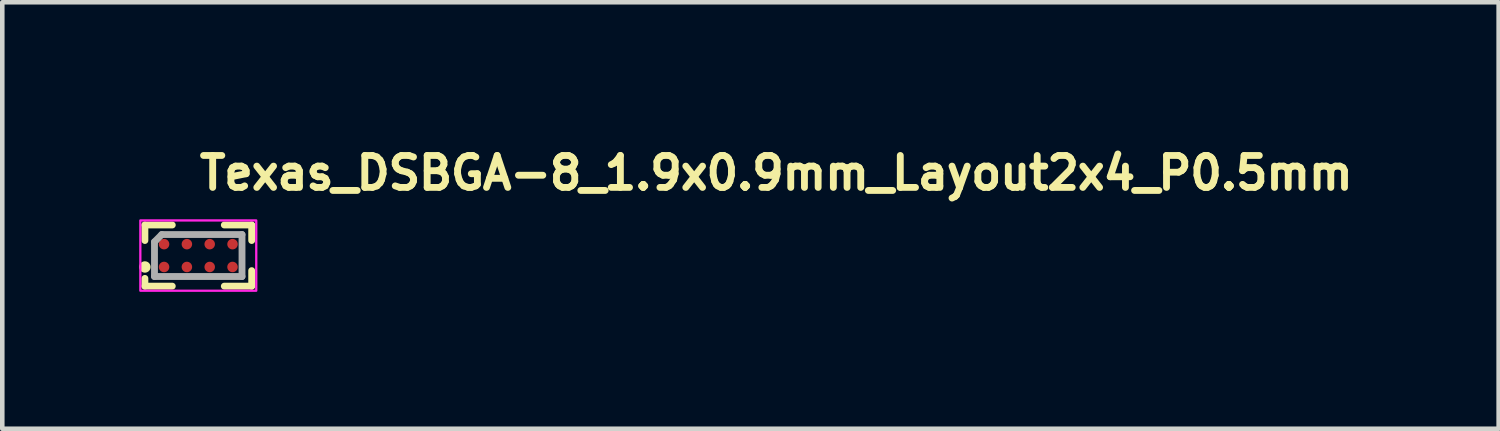
<source format=kicad_pcb>
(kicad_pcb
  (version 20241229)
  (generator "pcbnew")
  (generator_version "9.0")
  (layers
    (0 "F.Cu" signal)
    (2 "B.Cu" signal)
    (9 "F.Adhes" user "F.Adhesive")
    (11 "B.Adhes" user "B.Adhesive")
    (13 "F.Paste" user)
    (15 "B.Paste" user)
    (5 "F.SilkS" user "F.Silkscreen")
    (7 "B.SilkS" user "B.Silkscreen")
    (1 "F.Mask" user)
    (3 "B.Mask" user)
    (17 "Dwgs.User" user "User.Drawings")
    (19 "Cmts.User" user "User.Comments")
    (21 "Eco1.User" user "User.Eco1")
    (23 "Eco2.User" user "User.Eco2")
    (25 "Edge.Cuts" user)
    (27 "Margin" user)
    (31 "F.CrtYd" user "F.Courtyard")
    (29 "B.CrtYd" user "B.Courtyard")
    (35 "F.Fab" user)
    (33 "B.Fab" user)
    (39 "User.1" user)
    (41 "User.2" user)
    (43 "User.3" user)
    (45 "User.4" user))
  (footprint "Texas_DSBGA-8_1.9x0.9mm_Layout2x4_P0.5mm"
    (layer "F.Cu")
    (at 1.295 2.55)
    (property "Reference" "Texas_DSBGA-8_1.9x0.9mm_Layout2x4_P0.5mm" (at -0.05 -1.4 0) (layer "F.SilkS") (effects (font (size 0.7 0.7) (thickness 0.15)) (justify left bottom)))
    (attr smd)
    (fp_line (start -1.17 -0.67) (end -1.17 -0.33) (stroke (width 0.15) (type solid)) (layer "F.SilkS"))
    (fp_line (start -1.17 -0.67) (end -0.57 -0.67) (stroke (width 0.15) (type solid)) (layer "F.SilkS"))
    (fp_line (start -1.17 0.67) (end -1.17 0.5) (stroke (width 0.15) (type solid)) (layer "F.SilkS"))
    (fp_line (start -1.17 0.67) (end -0.57 0.67) (stroke (width 0.15) (type solid)) (layer "F.SilkS"))
    (fp_line (start 1.17 -0.67) (end 0.57 -0.67) (stroke (width 0.15) (type solid)) (layer "F.SilkS"))
    (fp_line (start 1.17 -0.67) (end 1.17 -0.33) (stroke (width 0.15) (type solid)) (layer "F.SilkS"))
    (fp_line (start 1.17 0.67) (end 0.57 0.67) (stroke (width 0.15) (type solid)) (layer "F.SilkS"))
    (fp_line (start 1.17 0.67) (end 1.17 0.33) (stroke (width 0.15) (type solid)) (layer "F.SilkS"))
    (fp_circle (center -1.17 0.25) (end -1.12 0.25) (stroke (width 0.15) (type solid)) (fill yes) (layer "F.SilkS"))
    (fp_rect (start -1.27 -0.77) (end 1.27 0.77) (stroke (width 0.05) (type solid)) (fill no) (layer "F.CrtYd"))
    (fp_line (start -0.96 0.459) (end -0.96 -0.3) (stroke (width 0.15) (type solid)) (layer "F.Fab"))
    (fp_line (start -0.8 -0.461) (end -0.96 -0.3) (stroke (width 0.15) (type solid)) (layer "F.Fab"))
    (fp_line (start 0.958 -0.461) (end -0.8 -0.461) (stroke (width 0.15) (type solid)) (layer "F.Fab"))
    (fp_line (start 0.958 0.459) (end -0.96 0.459) (stroke (width 0.15) (type solid)) (layer "F.Fab"))
    (fp_line (start 0.958 0.459) (end 0.958 -0.461) (stroke (width 0.15) (type solid)) (layer "F.Fab"))
    (fp_rect (start -0.945 -0.444) (end 0.943 0.442) (stroke (width 0.1) (type solid)) (fill no) (layer "User.5"))
    (fp_line (start -0.945 -0.444) (end -0.945 0.442) (stroke (width 0.02) (type solid)) (layer "User.9"))
    (fp_line (start -0.945 0.442) (end 0.943 0.442) (stroke (width 0.02) (type solid)) (layer "User.9"))
    (fp_line (start 0.943 -0.444) (end -0.945 -0.444) (stroke (width 0.02) (type solid)) (layer "User.9"))
    (fp_line (start 0.943 0.442) (end 0.943 -0.444) (stroke (width 0.02) (type solid)) (layer "User.9"))
    (pad "1" smd circle (at -0.75 0.25) (size 0.23 0.23) (layers "F.Cu" "F.Mask" "F.Paste"))
    (pad "2" smd circle (at -0.25 0.25) (size 0.23 0.23) (layers "F.Cu" "F.Mask" "F.Paste"))
    (pad "3" smd circle (at 0.25 0.25) (size 0.23 0.23) (layers "F.Cu" "F.Mask" "F.Paste"))
    (pad "4" smd circle (at 0.75 0.25) (size 0.23 0.23) (layers "F.Cu" "F.Mask" "F.Paste"))
    (pad "5" smd circle (at 0.75 -0.25) (size 0.23 0.23) (layers "F.Cu" "F.Mask" "F.Paste"))
    (pad "6" smd circle (at 0.25 -0.25) (size 0.23 0.23) (layers "F.Cu" "F.Mask" "F.Paste"))
    (pad "7" smd circle (at -0.25 -0.25) (size 0.23 0.23) (layers "F.Cu" "F.Mask" "F.Paste"))
    (pad "8" smd circle (at -0.75 -0.25) (size 0.23 0.23) (layers "F.Cu" "F.Mask" "F.Paste")))
  (gr_rect
    (start -3 -3)
    (end 29.788 6.345)
    (stroke (width 0.1) (type default))
    (fill no)
    (layer "Edge.Cuts")))
</source>
